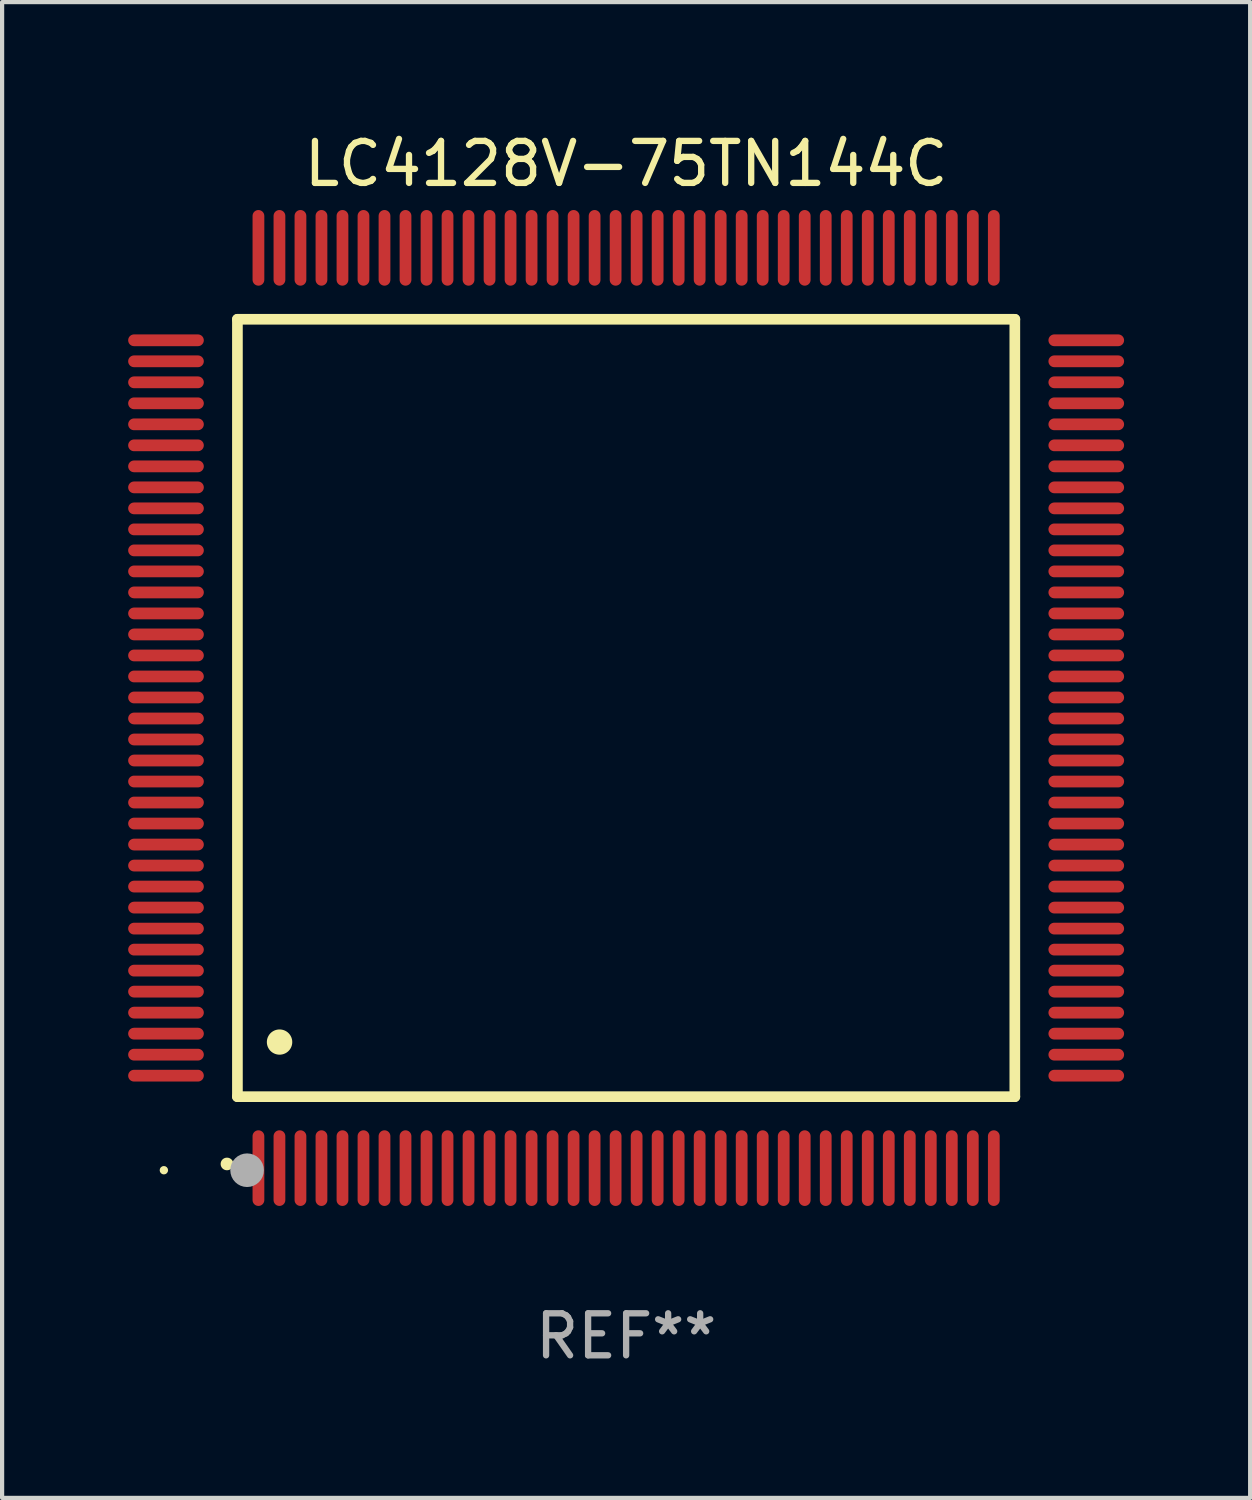
<source format=kicad_pcb>
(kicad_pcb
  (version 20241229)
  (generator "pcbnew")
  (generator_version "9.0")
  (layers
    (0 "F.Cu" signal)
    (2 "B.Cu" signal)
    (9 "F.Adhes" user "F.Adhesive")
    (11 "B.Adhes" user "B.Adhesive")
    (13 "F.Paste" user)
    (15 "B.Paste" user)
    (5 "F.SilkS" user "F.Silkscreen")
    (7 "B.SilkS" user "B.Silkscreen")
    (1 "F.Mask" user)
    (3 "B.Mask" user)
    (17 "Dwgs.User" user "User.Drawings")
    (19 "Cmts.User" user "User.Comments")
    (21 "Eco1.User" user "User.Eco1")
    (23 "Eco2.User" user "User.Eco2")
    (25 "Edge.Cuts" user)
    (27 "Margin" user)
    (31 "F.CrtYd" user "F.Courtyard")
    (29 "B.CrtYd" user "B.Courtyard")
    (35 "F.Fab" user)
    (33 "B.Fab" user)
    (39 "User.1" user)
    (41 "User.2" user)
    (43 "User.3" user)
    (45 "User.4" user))
  (footprint "LC4128V-75TN144C"
    (layer "F.Cu")
    (at 11.85 13.798)
    (property "Reference" "LC4128V-75TN144C" (at 0 -12.95 0) (layer "F.SilkS") (effects (font (size 1 1) (thickness 0.15))))
    (attr through_hole)
    (fp_line (start -9.25 -9.25) (end -9.25 9.25) (stroke (width 0.254) (type solid)) (layer "F.SilkS"))
    (fp_line (start -9.25 9.25) (end 9.25 9.25) (stroke (width 0.254) (type solid)) (layer "F.SilkS"))
    (fp_line (start 9.25 -9.25) (end -9.25 -9.25) (stroke (width 0.254) (type solid)) (layer "F.SilkS"))
    (fp_line (start 9.25 9.25) (end 9.25 -9.25) (stroke (width 0.254) (type solid)) (layer "F.SilkS"))
    (fp_arc (start -9.499619 10.850902) (mid -9.498349 10.850897) (end -9.497079 10.850902) (stroke (width 0.3) (type solid)) (layer "F.SilkS"))
    (fp_arc (start -8.249936 7.950216) (mid -8.247396 7.950205) (end -8.244856 7.950216) (stroke (width 0.6) (type solid)) (layer "F.SilkS"))
    (fp_circle (center -11 11) (end -10.95 11) (stroke (width 0.1) (type solid)) (fill no) (layer "F.SilkS"))
    (fp_circle (center -9.02 11) (end -8.82 11) (stroke (width 0.4) (type solid)) (fill no) (layer "F.Fab"))
    (fp_text user "REF**" (at 0 14.95 0) (layer "F.Fab") (effects (font (size 1 1) (thickness 0.15))))
    (pad "1" smd oval (at -8.75 10.95) (size 0.28 1.8) (layers "F.Cu" "F.Mask" "F.Paste"))
    (pad "2" smd oval (at -8.25 10.95) (size 0.28 1.8) (layers "F.Cu" "F.Mask" "F.Paste"))
    (pad "3" smd oval (at -7.75 10.95) (size 0.28 1.8) (layers "F.Cu" "F.Mask" "F.Paste"))
    (pad "4" smd oval (at -7.25 10.95) (size 0.28 1.8) (layers "F.Cu" "F.Mask" "F.Paste"))
    (pad "5" smd oval (at -6.75 10.95) (size 0.28 1.8) (layers "F.Cu" "F.Mask" "F.Paste"))
    (pad "6" smd oval (at -6.25 10.95) (size 0.28 1.8) (layers "F.Cu" "F.Mask" "F.Paste"))
    (pad "7" smd oval (at -5.75 10.95) (size 0.28 1.8) (layers "F.Cu" "F.Mask" "F.Paste"))
    (pad "8" smd oval (at -5.25 10.95) (size 0.28 1.8) (layers "F.Cu" "F.Mask" "F.Paste"))
    (pad "9" smd oval (at -4.75 10.95) (size 0.28 1.8) (layers "F.Cu" "F.Mask" "F.Paste"))
    (pad "10" smd oval (at -4.25 10.95) (size 0.28 1.8) (layers "F.Cu" "F.Mask" "F.Paste"))
    (pad "11" smd oval (at -3.75 10.95) (size 0.28 1.8) (layers "F.Cu" "F.Mask" "F.Paste"))
    (pad "12" smd oval (at -3.25 10.95) (size 0.28 1.8) (layers "F.Cu" "F.Mask" "F.Paste"))
    (pad "13" smd oval (at -2.75 10.95) (size 0.28 1.8) (layers "F.Cu" "F.Mask" "F.Paste"))
    (pad "14" smd oval (at -2.25 10.95) (size 0.28 1.8) (layers "F.Cu" "F.Mask" "F.Paste"))
    (pad "15" smd oval (at -1.75 10.95) (size 0.28 1.8) (layers "F.Cu" "F.Mask" "F.Paste"))
    (pad "16" smd oval (at -1.25 10.95) (size 0.28 1.8) (layers "F.Cu" "F.Mask" "F.Paste"))
    (pad "17" smd oval (at -0.75 10.95) (size 0.28 1.8) (layers "F.Cu" "F.Mask" "F.Paste"))
    (pad "18" smd oval (at -0.25 10.95) (size 0.28 1.8) (layers "F.Cu" "F.Mask" "F.Paste"))
    (pad "19" smd oval (at 0.25 10.95) (size 0.28 1.8) (layers "F.Cu" "F.Mask" "F.Paste"))
    (pad "20" smd oval (at 0.75 10.95) (size 0.28 1.8) (layers "F.Cu" "F.Mask" "F.Paste"))
    (pad "21" smd oval (at 1.25 10.95) (size 0.28 1.8) (layers "F.Cu" "F.Mask" "F.Paste"))
    (pad "22" smd oval (at 1.75 10.95) (size 0.28 1.8) (layers "F.Cu" "F.Mask" "F.Paste"))
    (pad "23" smd oval (at 2.25 10.95) (size 0.28 1.8) (layers "F.Cu" "F.Mask" "F.Paste"))
    (pad "24" smd oval (at 2.75 10.95) (size 0.28 1.8) (layers "F.Cu" "F.Mask" "F.Paste"))
    (pad "25" smd oval (at 3.25 10.95) (size 0.28 1.8) (layers "F.Cu" "F.Mask" "F.Paste"))
    (pad "26" smd oval (at 3.75 10.95) (size 0.28 1.8) (layers "F.Cu" "F.Mask" "F.Paste"))
    (pad "27" smd oval (at 4.25 10.95) (size 0.28 1.8) (layers "F.Cu" "F.Mask" "F.Paste"))
    (pad "28" smd oval (at 4.75 10.95) (size 0.28 1.8) (layers "F.Cu" "F.Mask" "F.Paste"))
    (pad "29" smd oval (at 5.25 10.95) (size 0.28 1.8) (layers "F.Cu" "F.Mask" "F.Paste"))
    (pad "30" smd oval (at 5.75 10.95) (size 0.28 1.8) (layers "F.Cu" "F.Mask" "F.Paste"))
    (pad "31" smd oval (at 6.25 10.95) (size 0.28 1.8) (layers "F.Cu" "F.Mask" "F.Paste"))
    (pad "32" smd oval (at 6.75 10.95) (size 0.28 1.8) (layers "F.Cu" "F.Mask" "F.Paste"))
    (pad "33" smd oval (at 7.25 10.95) (size 0.28 1.8) (layers "F.Cu" "F.Mask" "F.Paste"))
    (pad "34" smd oval (at 7.75 10.95) (size 0.28 1.8) (layers "F.Cu" "F.Mask" "F.Paste"))
    (pad "35" smd oval (at 8.25 10.95) (size 0.28 1.8) (layers "F.Cu" "F.Mask" "F.Paste"))
    (pad "36" smd oval (at 8.75 10.95) (size 0.28 1.8) (layers "F.Cu" "F.Mask" "F.Paste"))
    (pad "37" smd oval (at 10.95 8.75) (size 1.8 0.28) (layers "F.Cu" "F.Mask" "F.Paste"))
    (pad "38" smd oval (at 10.95 8.25) (size 1.8 0.28) (layers "F.Cu" "F.Mask" "F.Paste"))
    (pad "39" smd oval (at 10.95 7.75) (size 1.8 0.28) (layers "F.Cu" "F.Mask" "F.Paste"))
    (pad "40" smd oval (at 10.95 7.25) (size 1.8 0.28) (layers "F.Cu" "F.Mask" "F.Paste"))
    (pad "41" smd oval (at 10.95 6.75) (size 1.8 0.28) (layers "F.Cu" "F.Mask" "F.Paste"))
    (pad "42" smd oval (at 10.95 6.25) (size 1.8 0.28) (layers "F.Cu" "F.Mask" "F.Paste"))
    (pad "43" smd oval (at 10.95 5.75) (size 1.8 0.28) (layers "F.Cu" "F.Mask" "F.Paste"))
    (pad "44" smd oval (at 10.95 5.25) (size 1.8 0.28) (layers "F.Cu" "F.Mask" "F.Paste"))
    (pad "45" smd oval (at 10.95 4.75) (size 1.8 0.28) (layers "F.Cu" "F.Mask" "F.Paste"))
    (pad "46" smd oval (at 10.95 4.25) (size 1.8 0.28) (layers "F.Cu" "F.Mask" "F.Paste"))
    (pad "47" smd oval (at 10.95 3.75) (size 1.8 0.28) (layers "F.Cu" "F.Mask" "F.Paste"))
    (pad "48" smd oval (at 10.95 3.25) (size 1.8 0.28) (layers "F.Cu" "F.Mask" "F.Paste"))
    (pad "49" smd oval (at 10.95 2.75) (size 1.8 0.28) (layers "F.Cu" "F.Mask" "F.Paste"))
    (pad "50" smd oval (at 10.95 2.25) (size 1.8 0.28) (layers "F.Cu" "F.Mask" "F.Paste"))
    (pad "51" smd oval (at 10.95 1.75) (size 1.8 0.28) (layers "F.Cu" "F.Mask" "F.Paste"))
    (pad "52" smd oval (at 10.95 1.25) (size 1.8 0.28) (layers "F.Cu" "F.Mask" "F.Paste"))
    (pad "53" smd oval (at 10.95 0.75) (size 1.8 0.28) (layers "F.Cu" "F.Mask" "F.Paste"))
    (pad "54" smd oval (at 10.95 0.25) (size 1.8 0.28) (layers "F.Cu" "F.Mask" "F.Paste"))
    (pad "55" smd oval (at 10.95 -0.25) (size 1.8 0.28) (layers "F.Cu" "F.Mask" "F.Paste"))
    (pad "56" smd oval (at 10.95 -0.75) (size 1.8 0.28) (layers "F.Cu" "F.Mask" "F.Paste"))
    (pad "57" smd oval (at 10.95 -1.25) (size 1.8 0.28) (layers "F.Cu" "F.Mask" "F.Paste"))
    (pad "58" smd oval (at 10.95 -1.75) (size 1.8 0.28) (layers "F.Cu" "F.Mask" "F.Paste"))
    (pad "59" smd oval (at 10.95 -2.25) (size 1.8 0.28) (layers "F.Cu" "F.Mask" "F.Paste"))
    (pad "60" smd oval (at 10.95 -2.75) (size 1.8 0.28) (layers "F.Cu" "F.Mask" "F.Paste"))
    (pad "61" smd oval (at 10.95 -3.25) (size 1.8 0.28) (layers "F.Cu" "F.Mask" "F.Paste"))
    (pad "62" smd oval (at 10.95 -3.75) (size 1.8 0.28) (layers "F.Cu" "F.Mask" "F.Paste"))
    (pad "63" smd oval (at 10.95 -4.25) (size 1.8 0.28) (layers "F.Cu" "F.Mask" "F.Paste"))
    (pad "64" smd oval (at 10.95 -4.75) (size 1.8 0.28) (layers "F.Cu" "F.Mask" "F.Paste"))
    (pad "65" smd oval (at 10.95 -5.25) (size 1.8 0.28) (layers "F.Cu" "F.Mask" "F.Paste"))
    (pad "66" smd oval (at 10.95 -5.75) (size 1.8 0.28) (layers "F.Cu" "F.Mask" "F.Paste"))
    (pad "67" smd oval (at 10.95 -6.25) (size 1.8 0.28) (layers "F.Cu" "F.Mask" "F.Paste"))
    (pad "68" smd oval (at 10.95 -6.75) (size 1.8 0.28) (layers "F.Cu" "F.Mask" "F.Paste"))
    (pad "69" smd oval (at 10.95 -7.25) (size 1.8 0.28) (layers "F.Cu" "F.Mask" "F.Paste"))
    (pad "70" smd oval (at 10.95 -7.75) (size 1.8 0.28) (layers "F.Cu" "F.Mask" "F.Paste"))
    (pad "71" smd oval (at 10.95 -8.25) (size 1.8 0.28) (layers "F.Cu" "F.Mask" "F.Paste"))
    (pad "72" smd oval (at 10.95 -8.75) (size 1.8 0.28) (layers "F.Cu" "F.Mask" "F.Paste"))
    (pad "73" smd oval (at 8.75 -10.95) (size 0.28 1.8) (layers "F.Cu" "F.Mask" "F.Paste"))
    (pad "74" smd oval (at 8.25 -10.95) (size 0.28 1.8) (layers "F.Cu" "F.Mask" "F.Paste"))
    (pad "75" smd oval (at 7.75 -10.95) (size 0.28 1.8) (layers "F.Cu" "F.Mask" "F.Paste"))
    (pad "76" smd oval (at 7.25 -10.95) (size 0.28 1.8) (layers "F.Cu" "F.Mask" "F.Paste"))
    (pad "77" smd oval (at 6.75 -10.95) (size 0.28 1.8) (layers "F.Cu" "F.Mask" "F.Paste"))
    (pad "78" smd oval (at 6.25 -10.95) (size 0.28 1.8) (layers "F.Cu" "F.Mask" "F.Paste"))
    (pad "79" smd oval (at 5.75 -10.95) (size 0.28 1.8) (layers "F.Cu" "F.Mask" "F.Paste"))
    (pad "80" smd oval (at 5.25 -10.95) (size 0.28 1.8) (layers "F.Cu" "F.Mask" "F.Paste"))
    (pad "81" smd oval (at 4.75 -10.95) (size 0.28 1.8) (layers "F.Cu" "F.Mask" "F.Paste"))
    (pad "82" smd oval (at 4.25 -10.95) (size 0.28 1.8) (layers "F.Cu" "F.Mask" "F.Paste"))
    (pad "83" smd oval (at 3.75 -10.95) (size 0.28 1.8) (layers "F.Cu" "F.Mask" "F.Paste"))
    (pad "84" smd oval (at 3.25 -10.95) (size 0.28 1.8) (layers "F.Cu" "F.Mask" "F.Paste"))
    (pad "85" smd oval (at 2.75 -10.95) (size 0.28 1.8) (layers "F.Cu" "F.Mask" "F.Paste"))
    (pad "86" smd oval (at 2.25 -10.95) (size 0.28 1.8) (layers "F.Cu" "F.Mask" "F.Paste"))
    (pad "87" smd oval (at 1.75 -10.95) (size 0.28 1.8) (layers "F.Cu" "F.Mask" "F.Paste"))
    (pad "88" smd oval (at 1.25 -10.95) (size 0.28 1.8) (layers "F.Cu" "F.Mask" "F.Paste"))
    (pad "89" smd oval (at 0.75 -10.95) (size 0.28 1.8) (layers "F.Cu" "F.Mask" "F.Paste"))
    (pad "90" smd oval (at 0.25 -10.95) (size 0.28 1.8) (layers "F.Cu" "F.Mask" "F.Paste"))
    (pad "91" smd oval (at -0.25 -10.95) (size 0.28 1.8) (layers "F.Cu" "F.Mask" "F.Paste"))
    (pad "92" smd oval (at -0.75 -10.95) (size 0.28 1.8) (layers "F.Cu" "F.Mask" "F.Paste"))
    (pad "93" smd oval (at -1.25 -10.95) (size 0.28 1.8) (layers "F.Cu" "F.Mask" "F.Paste"))
    (pad "94" smd oval (at -1.75 -10.95) (size 0.28 1.8) (layers "F.Cu" "F.Mask" "F.Paste"))
    (pad "95" smd oval (at -2.25 -10.95) (size 0.28 1.8) (layers "F.Cu" "F.Mask" "F.Paste"))
    (pad "96" smd oval (at -2.75 -10.95) (size 0.28 1.8) (layers "F.Cu" "F.Mask" "F.Paste"))
    (pad "97" smd oval (at -3.25 -10.95) (size 0.28 1.8) (layers "F.Cu" "F.Mask" "F.Paste"))
    (pad "98" smd oval (at -3.75 -10.95) (size 0.28 1.8) (layers "F.Cu" "F.Mask" "F.Paste"))
    (pad "99" smd oval (at -4.25 -10.95) (size 0.28 1.8) (layers "F.Cu" "F.Mask" "F.Paste"))
    (pad "100" smd oval (at -4.75 -10.95) (size 0.28 1.8) (layers "F.Cu" "F.Mask" "F.Paste"))
    (pad "101" smd oval (at -5.25 -10.95) (size 0.28 1.8) (layers "F.Cu" "F.Mask" "F.Paste"))
    (pad "102" smd oval (at -5.75 -10.95) (size 0.28 1.8) (layers "F.Cu" "F.Mask" "F.Paste"))
    (pad "103" smd oval (at -6.25 -10.95) (size 0.28 1.8) (layers "F.Cu" "F.Mask" "F.Paste"))
    (pad "104" smd oval (at -6.75 -10.95) (size 0.28 1.8) (layers "F.Cu" "F.Mask" "F.Paste"))
    (pad "105" smd oval (at -7.25 -10.95) (size 0.28 1.8) (layers "F.Cu" "F.Mask" "F.Paste"))
    (pad "106" smd oval (at -7.75 -10.95) (size 0.28 1.8) (layers "F.Cu" "F.Mask" "F.Paste"))
    (pad "107" smd oval (at -8.25 -10.95) (size 0.28 1.8) (layers "F.Cu" "F.Mask" "F.Paste"))
    (pad "108" smd oval (at -8.75 -10.95) (size 0.28 1.8) (layers "F.Cu" "F.Mask" "F.Paste"))
    (pad "109" smd oval (at -10.95 -8.75) (size 1.8 0.28) (layers "F.Cu" "F.Mask" "F.Paste"))
    (pad "110" smd oval (at -10.95 -8.25) (size 1.8 0.28) (layers "F.Cu" "F.Mask" "F.Paste"))
    (pad "111" smd oval (at -10.95 -7.75) (size 1.8 0.28) (layers "F.Cu" "F.Mask" "F.Paste"))
    (pad "112" smd oval (at -10.95 -7.25) (size 1.8 0.28) (layers "F.Cu" "F.Mask" "F.Paste"))
    (pad "113" smd oval (at -10.95 -6.75) (size 1.8 0.28) (layers "F.Cu" "F.Mask" "F.Paste"))
    (pad "114" smd oval (at -10.95 -6.25) (size 1.8 0.28) (layers "F.Cu" "F.Mask" "F.Paste"))
    (pad "115" smd oval (at -10.95 -5.75) (size 1.8 0.28) (layers "F.Cu" "F.Mask" "F.Paste"))
    (pad "116" smd oval (at -10.95 -5.25) (size 1.8 0.28) (layers "F.Cu" "F.Mask" "F.Paste"))
    (pad "117" smd oval (at -10.95 -4.75) (size 1.8 0.28) (layers "F.Cu" "F.Mask" "F.Paste"))
    (pad "118" smd oval (at -10.95 -4.25) (size 1.8 0.28) (layers "F.Cu" "F.Mask" "F.Paste"))
    (pad "119" smd oval (at -10.95 -3.75) (size 1.8 0.28) (layers "F.Cu" "F.Mask" "F.Paste"))
    (pad "120" smd oval (at -10.95 -3.25) (size 1.8 0.28) (layers "F.Cu" "F.Mask" "F.Paste"))
    (pad "121" smd oval (at -10.95 -2.75) (size 1.8 0.28) (layers "F.Cu" "F.Mask" "F.Paste"))
    (pad "122" smd oval (at -10.95 -2.25) (size 1.8 0.28) (layers "F.Cu" "F.Mask" "F.Paste"))
    (pad "123" smd oval (at -10.95 -1.75) (size 1.8 0.28) (layers "F.Cu" "F.Mask" "F.Paste"))
    (pad "124" smd oval (at -10.95 -1.25) (size 1.8 0.28) (layers "F.Cu" "F.Mask" "F.Paste"))
    (pad "125" smd oval (at -10.95 -0.75) (size 1.8 0.28) (layers "F.Cu" "F.Mask" "F.Paste"))
    (pad "126" smd oval (at -10.95 -0.25) (size 1.8 0.28) (layers "F.Cu" "F.Mask" "F.Paste"))
    (pad "127" smd oval (at -10.95 0.25) (size 1.8 0.28) (layers "F.Cu" "F.Mask" "F.Paste"))
    (pad "128" smd oval (at -10.95 0.75) (size 1.8 0.28) (layers "F.Cu" "F.Mask" "F.Paste"))
    (pad "129" smd oval (at -10.95 1.25) (size 1.8 0.28) (layers "F.Cu" "F.Mask" "F.Paste"))
    (pad "130" smd oval (at -10.95 1.75) (size 1.8 0.28) (layers "F.Cu" "F.Mask" "F.Paste"))
    (pad "131" smd oval (at -10.95 2.25) (size 1.8 0.28) (layers "F.Cu" "F.Mask" "F.Paste"))
    (pad "132" smd oval (at -10.95 2.75) (size 1.8 0.28) (layers "F.Cu" "F.Mask" "F.Paste"))
    (pad "133" smd oval (at -10.95 3.25) (size 1.8 0.28) (layers "F.Cu" "F.Mask" "F.Paste"))
    (pad "134" smd oval (at -10.95 3.75) (size 1.8 0.28) (layers "F.Cu" "F.Mask" "F.Paste"))
    (pad "135" smd oval (at -10.95 4.25) (size 1.8 0.28) (layers "F.Cu" "F.Mask" "F.Paste"))
    (pad "136" smd oval (at -10.95 4.75) (size 1.8 0.28) (layers "F.Cu" "F.Mask" "F.Paste"))
    (pad "137" smd oval (at -10.95 5.25) (size 1.8 0.28) (layers "F.Cu" "F.Mask" "F.Paste"))
    (pad "138" smd oval (at -10.95 5.75) (size 1.8 0.28) (layers "F.Cu" "F.Mask" "F.Paste"))
    (pad "139" smd oval (at -10.95 6.25) (size 1.8 0.28) (layers "F.Cu" "F.Mask" "F.Paste"))
    (pad "140" smd oval (at -10.95 6.75) (size 1.8 0.28) (layers "F.Cu" "F.Mask" "F.Paste"))
    (pad "141" smd oval (at -10.95 7.25) (size 1.8 0.28) (layers "F.Cu" "F.Mask" "F.Paste"))
    (pad "142" smd oval (at -10.95 7.75) (size 1.8 0.28) (layers "F.Cu" "F.Mask" "F.Paste"))
    (pad "143" smd oval (at -10.95 8.25) (size 1.8 0.28) (layers "F.Cu" "F.Mask" "F.Paste"))
    (pad "144" smd oval (at -10.95 8.75) (size 1.8 0.28) (layers "F.Cu" "F.Mask" "F.Paste")))
  (gr_rect
    (start -3 -3)
    (end 26.7 32.596)
    (stroke (width 0.1) (type default))
    (fill no)
    (layer "Edge.Cuts")))
</source>
